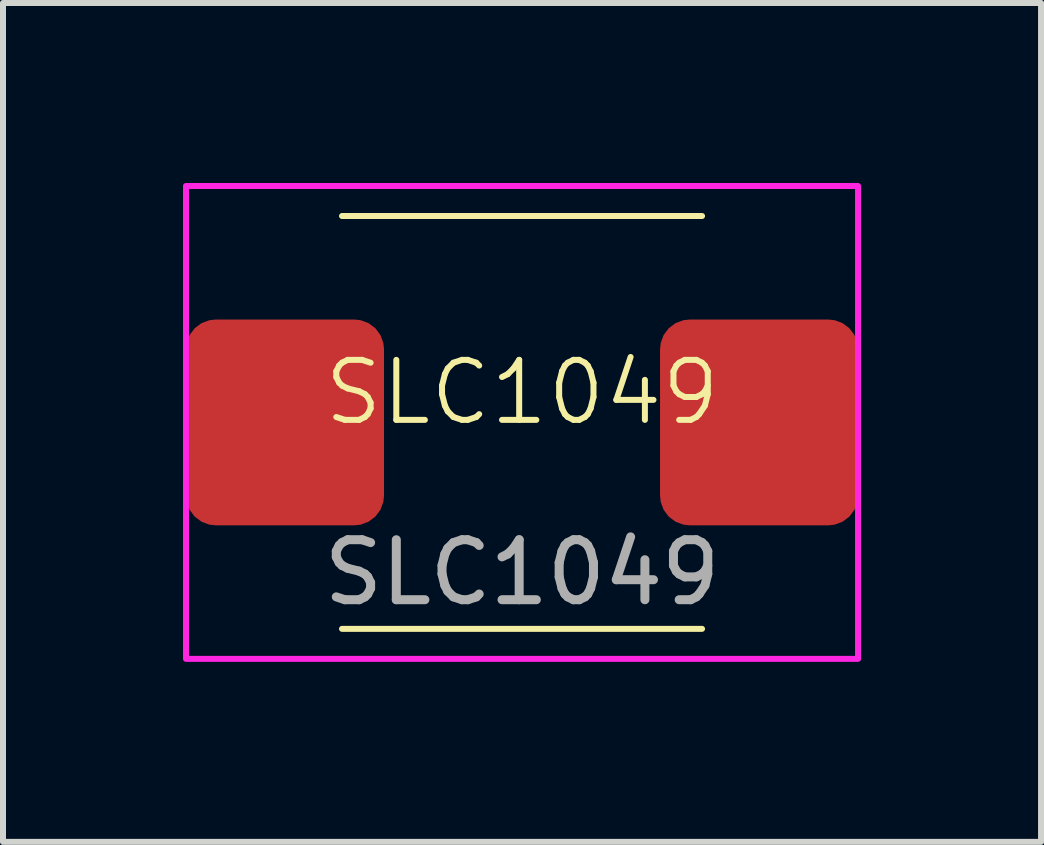
<source format=kicad_pcb>
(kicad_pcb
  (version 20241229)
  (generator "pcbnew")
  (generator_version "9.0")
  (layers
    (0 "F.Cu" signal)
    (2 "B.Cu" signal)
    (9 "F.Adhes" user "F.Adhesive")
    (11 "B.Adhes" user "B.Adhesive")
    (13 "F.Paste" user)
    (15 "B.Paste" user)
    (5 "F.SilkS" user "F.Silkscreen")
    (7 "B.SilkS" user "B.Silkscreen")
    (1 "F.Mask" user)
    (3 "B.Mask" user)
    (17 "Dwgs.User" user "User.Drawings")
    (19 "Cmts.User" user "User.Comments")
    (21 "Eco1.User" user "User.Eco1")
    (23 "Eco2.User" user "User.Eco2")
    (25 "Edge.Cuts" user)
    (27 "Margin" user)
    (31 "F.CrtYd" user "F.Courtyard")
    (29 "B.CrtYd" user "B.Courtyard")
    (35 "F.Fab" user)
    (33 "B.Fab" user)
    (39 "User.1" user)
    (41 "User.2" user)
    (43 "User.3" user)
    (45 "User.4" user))
  (footprint "SLC1049"
    (layer "F.Cu")
    (at 5.65 3.99)
    (property "Reference" "SLC1049" (at 0 -0.5 0) (unlocked yes) (layer "F.SilkS") (effects (font (size 1 1) (thickness 0.1))))
    (attr smd)
    (fp_line (start -3 -3.44) (end 3 -3.44) (stroke (width 0.1) (type default)) (layer "F.SilkS"))
    (fp_line (start -3 3.44) (end 3 3.44) (stroke (width 0.1) (type default)) (layer "F.SilkS"))
    (fp_rect (start -5.6 -3.94) (end 5.6 3.94) (stroke (width 0.1) (type default)) (fill no) (layer "F.CrtYd"))
    (fp_text user "${REFERENCE}" (at 0 2.5 0) (unlocked yes) (layer "F.Fab") (effects (font (size 1 1) (thickness 0.15))))
    (pad "1" smd roundrect (at 3.95 0) (size 3.3 3.43) (layers "F.Cu" "F.Mask" "F.Paste") (roundrect_rratio 0.15))
    (pad "2" smd roundrect (at -3.95 0) (size 3.3 3.43) (layers "F.Cu" "F.Mask" "F.Paste") (roundrect_rratio 0.15)))
  (gr_rect
    (start -3 -3)
    (end 14.3 10.98)
    (stroke (width 0.1) (type default))
    (fill no)
    (layer "Edge.Cuts")))
</source>
